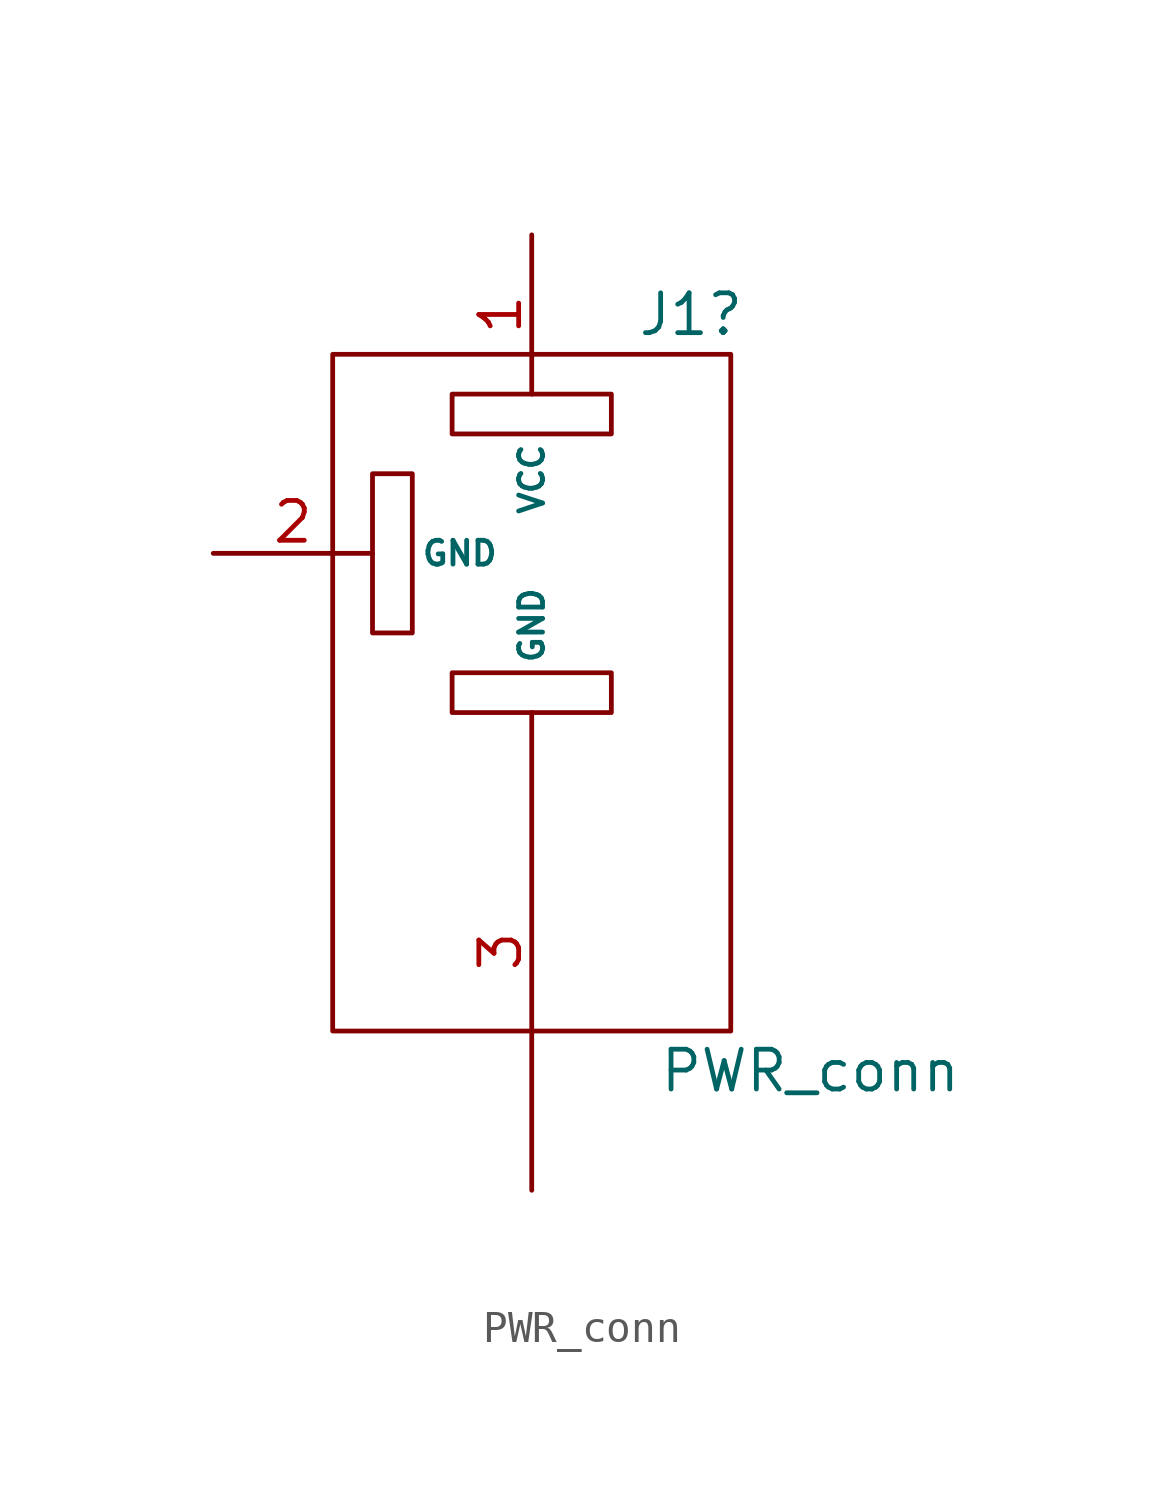
<source format=kicad_sym>
(kicad_symbol_lib
  (version 20231120)
  (generator "kicad_symbol_editor")
  (generator_version "8.0")
  (symbol "PWR_conn"
    (pin_names
      (offset 1.524))
    (property "Reference" "J1"
      (at 5.08 8.89 0)
      (effects (font (size 1.27 1.27))))
    (property "Value" "PWR_conn"
      (at 8.89 -15.24 0)
      (effects (font (size 1.27 1.27))))
    (symbol "PWR_conn_0_1"
      (rectangle (start -6.35 7.62) (end 6.35 -13.97) (stroke (width 0) (type default)) (fill (type none)))
      (rectangle (start -3.81 3.81) (end -5.08 -1.27) (stroke (width 0) (type default)) (fill (type none)))
      (rectangle (start -2.54 -2.54) (end 2.54 -3.81) (stroke (width 0) (type default)) (fill (type none)))
      (rectangle (start -2.54 6.35) (end 2.54 5.08) (stroke (width 0) (type default)) (fill (type none))))
    (symbol "PWR_conn_1_1"
      (pin power_out line (at 0 11.43 270) (length 5.08) (name "VCC" (effects (font (size 0.762 0.762)))) (number "1" (effects (font (size 1.27 1.27)))))
      (pin power_out line (at -10.16 1.27 0) (length 5.08) (name "GND" (effects (font (size 0.762 0.762)))) (number "2" (effects (font (size 1.27 1.27)))))
      (pin input line (at 0 -19.05 90) (length 15.24) (name "GND" (effects (font (size 0.762 0.762)))) (number "3" (effects (font (size 1.27 1.27))))))))
</source>
